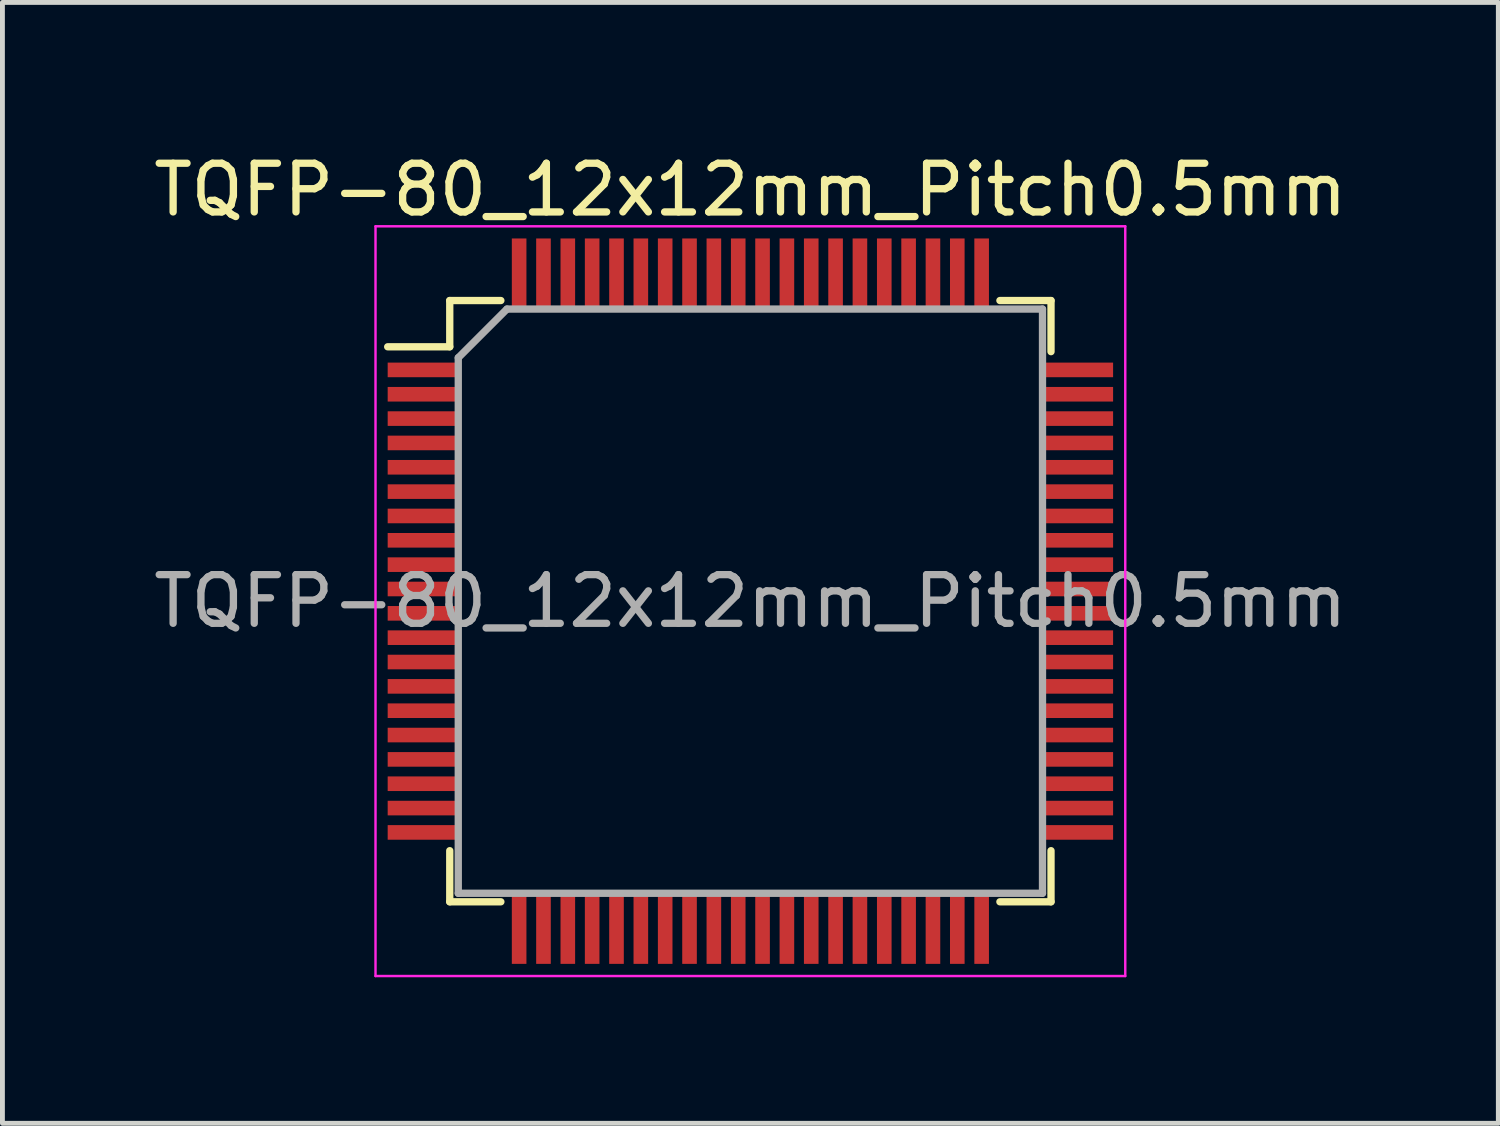
<source format=kicad_pcb>
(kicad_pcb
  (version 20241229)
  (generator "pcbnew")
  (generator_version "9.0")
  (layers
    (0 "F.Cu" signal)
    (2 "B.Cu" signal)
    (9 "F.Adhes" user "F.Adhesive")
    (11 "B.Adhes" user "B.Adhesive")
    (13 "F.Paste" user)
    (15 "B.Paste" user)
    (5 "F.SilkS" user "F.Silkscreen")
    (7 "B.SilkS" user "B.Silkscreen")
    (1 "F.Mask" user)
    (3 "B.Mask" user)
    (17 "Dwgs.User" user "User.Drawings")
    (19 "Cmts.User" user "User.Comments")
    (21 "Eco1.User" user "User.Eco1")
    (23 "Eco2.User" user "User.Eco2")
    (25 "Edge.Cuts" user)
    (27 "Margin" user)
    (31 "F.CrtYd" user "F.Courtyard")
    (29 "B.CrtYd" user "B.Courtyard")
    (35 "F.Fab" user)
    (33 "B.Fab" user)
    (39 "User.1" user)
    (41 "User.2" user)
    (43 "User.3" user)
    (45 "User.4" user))
  (footprint "TQFP-80_12x12mm_Pitch0.5mm"
    (layer "F.Cu")
    (at 12.363 9.298)
    (property "Reference" "TQFP-80_12x12mm_Pitch0.5mm" (at 0 -8.45 0) (layer "F.SilkS") (effects (font (size 1 1) (thickness 0.15))))
    (attr smd)
    (fp_line (start -6.175 -6.175) (end -6.175 -5.225) (stroke (width 0.15) (type solid)) (layer "F.SilkS"))
    (fp_line (start -6.175 -6.175) (end -5.125 -6.175) (stroke (width 0.15) (type solid)) (layer "F.SilkS"))
    (fp_line (start -6.175 -5.225) (end -7.45 -5.225) (stroke (width 0.15) (type solid)) (layer "F.SilkS"))
    (fp_line (start -6.175 6.175) (end -6.175 5.125) (stroke (width 0.15) (type solid)) (layer "F.SilkS"))
    (fp_line (start -6.175 6.175) (end -5.125 6.175) (stroke (width 0.15) (type solid)) (layer "F.SilkS"))
    (fp_line (start 6.175 -6.175) (end 5.125 -6.175) (stroke (width 0.15) (type solid)) (layer "F.SilkS"))
    (fp_line (start 6.175 -6.175) (end 6.175 -5.125) (stroke (width 0.15) (type solid)) (layer "F.SilkS"))
    (fp_line (start 6.175 6.175) (end 5.125 6.175) (stroke (width 0.15) (type solid)) (layer "F.SilkS"))
    (fp_line (start 6.175 6.175) (end 6.175 5.125) (stroke (width 0.15) (type solid)) (layer "F.SilkS"))
    (fp_line (start -7.7 -7.7) (end -7.7 7.7) (stroke (width 0.05) (type solid)) (layer "F.CrtYd"))
    (fp_line (start -7.7 -7.7) (end 7.7 -7.7) (stroke (width 0.05) (type solid)) (layer "F.CrtYd"))
    (fp_line (start -7.7 7.7) (end 7.7 7.7) (stroke (width 0.05) (type solid)) (layer "F.CrtYd"))
    (fp_line (start 7.7 -7.7) (end 7.7 7.7) (stroke (width 0.05) (type solid)) (layer "F.CrtYd"))
    (fp_line (start -6 -5) (end -5 -6) (stroke (width 0.15) (type solid)) (layer "F.Fab"))
    (fp_line (start -6 6) (end -6 -5) (stroke (width 0.15) (type solid)) (layer "F.Fab"))
    (fp_line (start -5 -6) (end 6 -6) (stroke (width 0.15) (type solid)) (layer "F.Fab"))
    (fp_line (start 6 -6) (end 6 6) (stroke (width 0.15) (type solid)) (layer "F.Fab"))
    (fp_line (start 6 6) (end -6 6) (stroke (width 0.15) (type solid)) (layer "F.Fab"))
    (fp_text user "${REFERENCE}" (at 0 0 0) (layer "F.Fab") (effects (font (size 1 1) (thickness 0.15))))
    (pad "1" smd rect (at -6.7 -4.75) (size 1.5 0.3) (layers "F.Cu" "F.Mask" "F.Paste"))
    (pad "2" smd rect (at -6.7 -4.25) (size 1.5 0.3) (layers "F.Cu" "F.Mask" "F.Paste"))
    (pad "3" smd rect (at -6.7 -3.75) (size 1.5 0.3) (layers "F.Cu" "F.Mask" "F.Paste"))
    (pad "4" smd rect (at -6.7 -3.25) (size 1.5 0.3) (layers "F.Cu" "F.Mask" "F.Paste"))
    (pad "5" smd rect (at -6.7 -2.75) (size 1.5 0.3) (layers "F.Cu" "F.Mask" "F.Paste"))
    (pad "6" smd rect (at -6.7 -2.25) (size 1.5 0.3) (layers "F.Cu" "F.Mask" "F.Paste"))
    (pad "7" smd rect (at -6.7 -1.75) (size 1.5 0.3) (layers "F.Cu" "F.Mask" "F.Paste"))
    (pad "8" smd rect (at -6.7 -1.25) (size 1.5 0.3) (layers "F.Cu" "F.Mask" "F.Paste"))
    (pad "9" smd rect (at -6.7 -0.75) (size 1.5 0.3) (layers "F.Cu" "F.Mask" "F.Paste"))
    (pad "10" smd rect (at -6.7 -0.25) (size 1.5 0.3) (layers "F.Cu" "F.Mask" "F.Paste"))
    (pad "11" smd rect (at -6.7 0.25) (size 1.5 0.3) (layers "F.Cu" "F.Mask" "F.Paste"))
    (pad "12" smd rect (at -6.7 0.75) (size 1.5 0.3) (layers "F.Cu" "F.Mask" "F.Paste"))
    (pad "13" smd rect (at -6.7 1.25) (size 1.5 0.3) (layers "F.Cu" "F.Mask" "F.Paste"))
    (pad "14" smd rect (at -6.7 1.75) (size 1.5 0.3) (layers "F.Cu" "F.Mask" "F.Paste"))
    (pad "15" smd rect (at -6.7 2.25) (size 1.5 0.3) (layers "F.Cu" "F.Mask" "F.Paste"))
    (pad "16" smd rect (at -6.7 2.75) (size 1.5 0.3) (layers "F.Cu" "F.Mask" "F.Paste"))
    (pad "17" smd rect (at -6.7 3.25) (size 1.5 0.3) (layers "F.Cu" "F.Mask" "F.Paste"))
    (pad "18" smd rect (at -6.7 3.75) (size 1.5 0.3) (layers "F.Cu" "F.Mask" "F.Paste"))
    (pad "19" smd rect (at -6.7 4.25) (size 1.5 0.3) (layers "F.Cu" "F.Mask" "F.Paste"))
    (pad "20" smd rect (at -6.7 4.75) (size 1.5 0.3) (layers "F.Cu" "F.Mask" "F.Paste"))
    (pad "21" smd rect (at -4.75 6.7 90) (size 1.5 0.3) (layers "F.Cu" "F.Mask" "F.Paste"))
    (pad "22" smd rect (at -4.25 6.7 90) (size 1.5 0.3) (layers "F.Cu" "F.Mask" "F.Paste"))
    (pad "23" smd rect (at -3.75 6.7 90) (size 1.5 0.3) (layers "F.Cu" "F.Mask" "F.Paste"))
    (pad "24" smd rect (at -3.25 6.7 90) (size 1.5 0.3) (layers "F.Cu" "F.Mask" "F.Paste"))
    (pad "25" smd rect (at -2.75 6.7 90) (size 1.5 0.3) (layers "F.Cu" "F.Mask" "F.Paste"))
    (pad "26" smd rect (at -2.25 6.7 90) (size 1.5 0.3) (layers "F.Cu" "F.Mask" "F.Paste"))
    (pad "27" smd rect (at -1.75 6.7 90) (size 1.5 0.3) (layers "F.Cu" "F.Mask" "F.Paste"))
    (pad "28" smd rect (at -1.25 6.7 90) (size 1.5 0.3) (layers "F.Cu" "F.Mask" "F.Paste"))
    (pad "29" smd rect (at -0.75 6.7 90) (size 1.5 0.3) (layers "F.Cu" "F.Mask" "F.Paste"))
    (pad "30" smd rect (at -0.25 6.7 90) (size 1.5 0.3) (layers "F.Cu" "F.Mask" "F.Paste"))
    (pad "31" smd rect (at 0.25 6.7 90) (size 1.5 0.3) (layers "F.Cu" "F.Mask" "F.Paste"))
    (pad "32" smd rect (at 0.75 6.7 90) (size 1.5 0.3) (layers "F.Cu" "F.Mask" "F.Paste"))
    (pad "33" smd rect (at 1.25 6.7 90) (size 1.5 0.3) (layers "F.Cu" "F.Mask" "F.Paste"))
    (pad "34" smd rect (at 1.75 6.7 90) (size 1.5 0.3) (layers "F.Cu" "F.Mask" "F.Paste"))
    (pad "35" smd rect (at 2.25 6.7 90) (size 1.5 0.3) (layers "F.Cu" "F.Mask" "F.Paste"))
    (pad "36" smd rect (at 2.75 6.7 90) (size 1.5 0.3) (layers "F.Cu" "F.Mask" "F.Paste"))
    (pad "37" smd rect (at 3.25 6.7 90) (size 1.5 0.3) (layers "F.Cu" "F.Mask" "F.Paste"))
    (pad "38" smd rect (at 3.75 6.7 90) (size 1.5 0.3) (layers "F.Cu" "F.Mask" "F.Paste"))
    (pad "39" smd rect (at 4.25 6.7 90) (size 1.5 0.3) (layers "F.Cu" "F.Mask" "F.Paste"))
    (pad "40" smd rect (at 4.75 6.7 90) (size 1.5 0.3) (layers "F.Cu" "F.Mask" "F.Paste"))
    (pad "41" smd rect (at 6.7 4.75) (size 1.5 0.3) (layers "F.Cu" "F.Mask" "F.Paste"))
    (pad "42" smd rect (at 6.7 4.25) (size 1.5 0.3) (layers "F.Cu" "F.Mask" "F.Paste"))
    (pad "43" smd rect (at 6.7 3.75) (size 1.5 0.3) (layers "F.Cu" "F.Mask" "F.Paste"))
    (pad "44" smd rect (at 6.7 3.25) (size 1.5 0.3) (layers "F.Cu" "F.Mask" "F.Paste"))
    (pad "45" smd rect (at 6.7 2.75) (size 1.5 0.3) (layers "F.Cu" "F.Mask" "F.Paste"))
    (pad "46" smd rect (at 6.7 2.25) (size 1.5 0.3) (layers "F.Cu" "F.Mask" "F.Paste"))
    (pad "47" smd rect (at 6.7 1.75) (size 1.5 0.3) (layers "F.Cu" "F.Mask" "F.Paste"))
    (pad "48" smd rect (at 6.7 1.25) (size 1.5 0.3) (layers "F.Cu" "F.Mask" "F.Paste"))
    (pad "49" smd rect (at 6.7 0.75) (size 1.5 0.3) (layers "F.Cu" "F.Mask" "F.Paste"))
    (pad "50" smd rect (at 6.7 0.25) (size 1.5 0.3) (layers "F.Cu" "F.Mask" "F.Paste"))
    (pad "51" smd rect (at 6.7 -0.25) (size 1.5 0.3) (layers "F.Cu" "F.Mask" "F.Paste"))
    (pad "52" smd rect (at 6.7 -0.75) (size 1.5 0.3) (layers "F.Cu" "F.Mask" "F.Paste"))
    (pad "53" smd rect (at 6.7 -1.25) (size 1.5 0.3) (layers "F.Cu" "F.Mask" "F.Paste"))
    (pad "54" smd rect (at 6.7 -1.75) (size 1.5 0.3) (layers "F.Cu" "F.Mask" "F.Paste"))
    (pad "55" smd rect (at 6.7 -2.25) (size 1.5 0.3) (layers "F.Cu" "F.Mask" "F.Paste"))
    (pad "56" smd rect (at 6.7 -2.75) (size 1.5 0.3) (layers "F.Cu" "F.Mask" "F.Paste"))
    (pad "57" smd rect (at 6.7 -3.25) (size 1.5 0.3) (layers "F.Cu" "F.Mask" "F.Paste"))
    (pad "58" smd rect (at 6.7 -3.75) (size 1.5 0.3) (layers "F.Cu" "F.Mask" "F.Paste"))
    (pad "59" smd rect (at 6.7 -4.25) (size 1.5 0.3) (layers "F.Cu" "F.Mask" "F.Paste"))
    (pad "60" smd rect (at 6.7 -4.75) (size 1.5 0.3) (layers "F.Cu" "F.Mask" "F.Paste"))
    (pad "61" smd rect (at 4.75 -6.7 90) (size 1.5 0.3) (layers "F.Cu" "F.Mask" "F.Paste"))
    (pad "62" smd rect (at 4.25 -6.7 90) (size 1.5 0.3) (layers "F.Cu" "F.Mask" "F.Paste"))
    (pad "63" smd rect (at 3.75 -6.7 90) (size 1.5 0.3) (layers "F.Cu" "F.Mask" "F.Paste"))
    (pad "64" smd rect (at 3.25 -6.7 90) (size 1.5 0.3) (layers "F.Cu" "F.Mask" "F.Paste"))
    (pad "65" smd rect (at 2.75 -6.7 90) (size 1.5 0.3) (layers "F.Cu" "F.Mask" "F.Paste"))
    (pad "66" smd rect (at 2.25 -6.7 90) (size 1.5 0.3) (layers "F.Cu" "F.Mask" "F.Paste"))
    (pad "67" smd rect (at 1.75 -6.7 90) (size 1.5 0.3) (layers "F.Cu" "F.Mask" "F.Paste"))
    (pad "68" smd rect (at 1.25 -6.7 90) (size 1.5 0.3) (layers "F.Cu" "F.Mask" "F.Paste"))
    (pad "69" smd rect (at 0.75 -6.7 90) (size 1.5 0.3) (layers "F.Cu" "F.Mask" "F.Paste"))
    (pad "70" smd rect (at 0.25 -6.7 90) (size 1.5 0.3) (layers "F.Cu" "F.Mask" "F.Paste"))
    (pad "71" smd rect (at -0.25 -6.7 90) (size 1.5 0.3) (layers "F.Cu" "F.Mask" "F.Paste"))
    (pad "72" smd rect (at -0.75 -6.7 90) (size 1.5 0.3) (layers "F.Cu" "F.Mask" "F.Paste"))
    (pad "73" smd rect (at -1.25 -6.7 90) (size 1.5 0.3) (layers "F.Cu" "F.Mask" "F.Paste"))
    (pad "74" smd rect (at -1.75 -6.7 90) (size 1.5 0.3) (layers "F.Cu" "F.Mask" "F.Paste"))
    (pad "75" smd rect (at -2.25 -6.7 90) (size 1.5 0.3) (layers "F.Cu" "F.Mask" "F.Paste"))
    (pad "76" smd rect (at -2.75 -6.7 90) (size 1.5 0.3) (layers "F.Cu" "F.Mask" "F.Paste"))
    (pad "77" smd rect (at -3.25 -6.7 90) (size 1.5 0.3) (layers "F.Cu" "F.Mask" "F.Paste"))
    (pad "78" smd rect (at -3.75 -6.7 90) (size 1.5 0.3) (layers "F.Cu" "F.Mask" "F.Paste"))
    (pad "79" smd rect (at -4.25 -6.7 90) (size 1.5 0.3) (layers "F.Cu" "F.Mask" "F.Paste"))
    (pad "80" smd rect (at -4.75 -6.7 90) (size 1.5 0.3) (layers "F.Cu" "F.Mask" "F.Paste")))
  (gr_rect
    (start -3 -3)
    (end 27.726 20.023)
    (stroke (width 0.1) (type default))
    (fill no)
    (layer "Edge.Cuts")))
</source>
